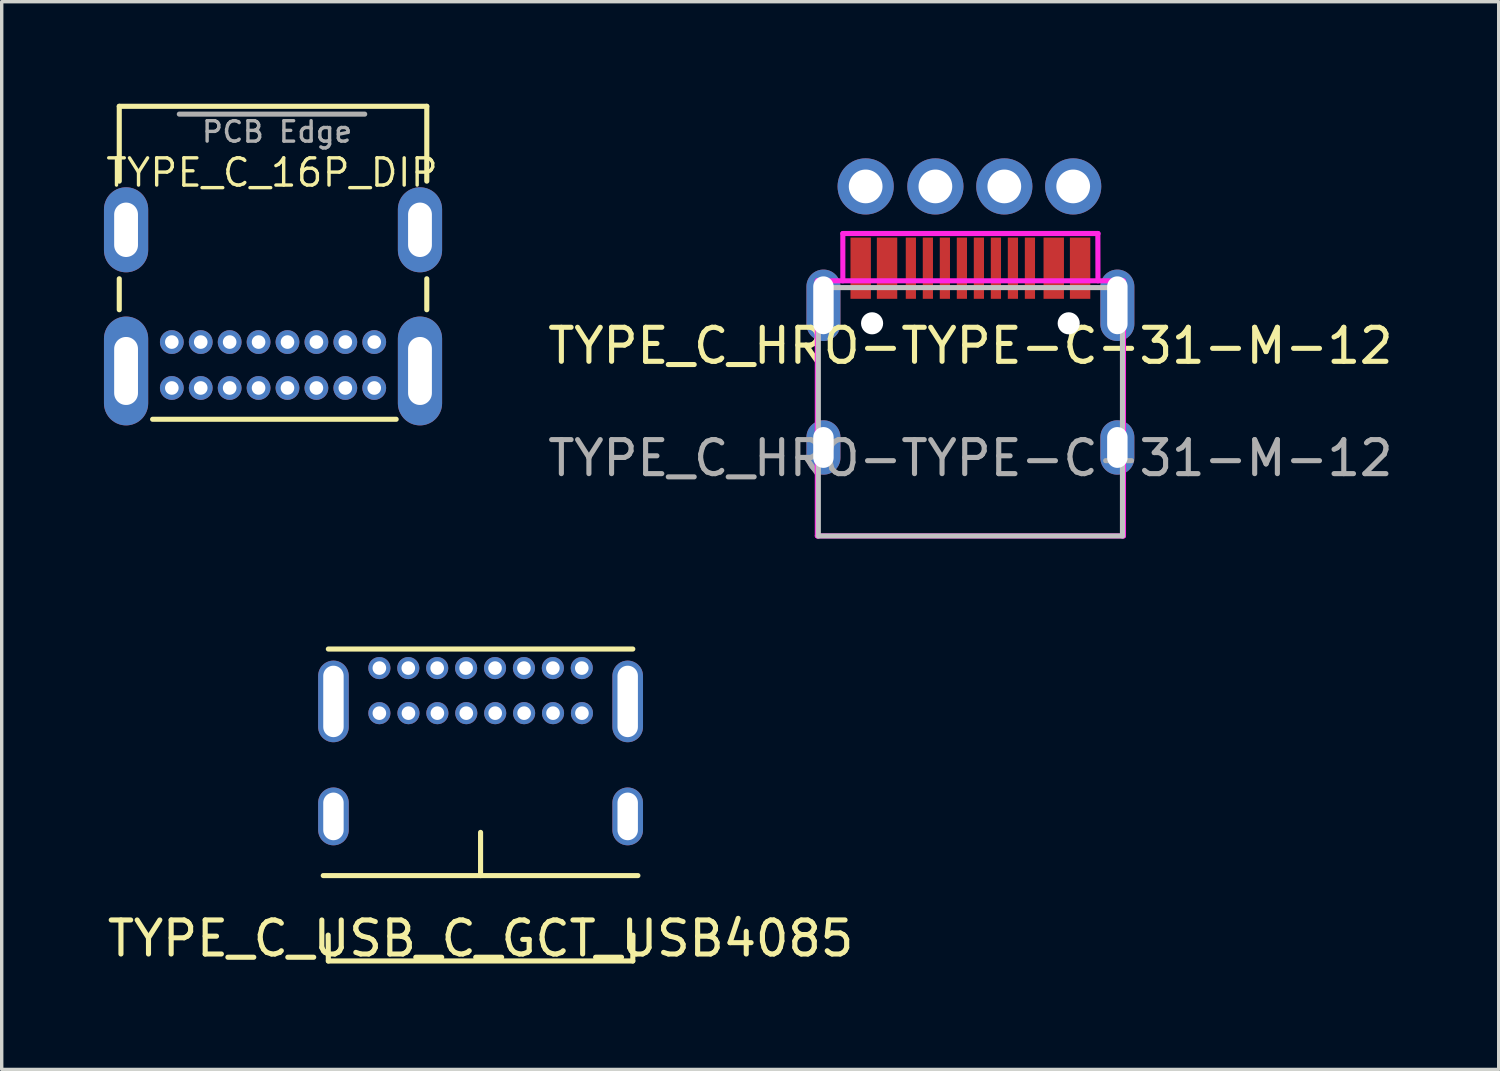
<source format=kicad_pcb>
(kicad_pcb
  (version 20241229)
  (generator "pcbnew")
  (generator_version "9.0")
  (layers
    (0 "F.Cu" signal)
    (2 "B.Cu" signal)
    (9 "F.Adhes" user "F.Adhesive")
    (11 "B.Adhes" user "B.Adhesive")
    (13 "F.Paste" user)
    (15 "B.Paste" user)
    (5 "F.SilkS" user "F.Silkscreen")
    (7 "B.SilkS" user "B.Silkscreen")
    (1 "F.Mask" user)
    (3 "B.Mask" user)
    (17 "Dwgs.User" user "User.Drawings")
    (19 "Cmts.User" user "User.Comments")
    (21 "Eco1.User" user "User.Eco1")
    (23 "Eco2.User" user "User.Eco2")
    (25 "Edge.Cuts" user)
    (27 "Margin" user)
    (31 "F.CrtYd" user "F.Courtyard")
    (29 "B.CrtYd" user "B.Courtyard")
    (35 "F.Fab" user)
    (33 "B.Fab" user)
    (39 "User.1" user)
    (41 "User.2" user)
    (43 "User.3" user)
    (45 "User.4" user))
  (footprint "TYPE_C_16P_DIP"
    (layer "F.Cu")
    (at 4.946 3.675)
    (property "Reference" "TYPE_C_16P_DIP" (at 0 -1.65 0) (layer "F.SilkS") (effects (font (size 0.8 0.8) (thickness 0.1))))
    (attr through_hole)
    (fp_line (start -4.49 -3.6) (end -4.49 -1.4) (stroke (width 0.15) (type solid)) (layer "F.SilkS"))
    (fp_line (start -4.49 1.47) (end -4.49 2.38) (stroke (width 0.15) (type solid)) (layer "F.SilkS"))
    (fp_line (start 3.65 5.6) (end -3.51 5.6) (stroke (width 0.15) (type solid)) (layer "F.SilkS"))
    (fp_line (start 4.55 -3.6) (end -4.49 -3.6) (stroke (width 0.15) (type solid)) (layer "F.SilkS"))
    (fp_line (start 4.55 -3.6) (end 4.55 -1.4) (stroke (width 0.15) (type solid)) (layer "F.SilkS"))
    (fp_line (start 4.55 1.47) (end 4.55 2.38) (stroke (width 0.15) (type solid)) (layer "F.SilkS"))
    (fp_line (start -2.725 -3.37) (end 2.725 -3.37) (stroke (width 0.15) (type solid)) (layer "F.Fab"))
    (fp_text user "PCB Edge" (at 0.15 -2.85 0) (layer "F.Fab") (effects (font (size 0.6 0.6) (thickness 0.1))))
    (pad "" thru_hole oval (at -4.29 0.03) (size 1.3 2.5) (drill oval 0.7 1.6) (layers "*.Cu" "*.Mask"))
    (pad "" thru_hole oval (at -4.29 4.18) (size 1.3 3.2) (drill oval 0.7 2) (layers "*.Cu" "*.Mask"))
    (pad "" thru_hole oval (at 4.35 0.03) (size 1.3 2.5) (drill oval 0.7 1.6) (layers "*.Cu" "*.Mask"))
    (pad "" thru_hole oval (at 4.35 4.18) (size 1.3 3.2) (drill oval 0.7 2) (layers "*.Cu" "*.Mask"))
    (pad "A1" thru_hole circle (at 3.005 4.68) (size 0.7 0.7) (drill 0.4) (layers "*.Cu" "*.Mask"))
    (pad "A4" thru_hole circle (at 2.155 4.68) (size 0.7 0.7) (drill 0.4) (layers "*.Cu" "*.Mask"))
    (pad "A5" thru_hole circle (at 1.305 4.68) (size 0.7 0.7) (drill 0.4) (layers "*.Cu" "*.Mask"))
    (pad "A6" thru_hole circle (at 0.455 4.68) (size 0.7 0.7) (drill 0.4) (layers "*.Cu" "*.Mask"))
    (pad "A7" thru_hole circle (at -0.395 4.68) (size 0.7 0.7) (drill 0.4) (layers "*.Cu" "*.Mask"))
    (pad "A8" thru_hole circle (at -1.245 4.68) (size 0.7 0.7) (drill 0.4) (layers "*.Cu" "*.Mask"))
    (pad "A9" thru_hole circle (at -2.095 4.68) (size 0.7 0.7) (drill 0.4) (layers "*.Cu" "*.Mask"))
    (pad "A12" thru_hole circle (at -2.945 4.68) (size 0.7 0.7) (drill 0.4) (layers "*.Cu" "*.Mask"))
    (pad "B1" thru_hole circle (at -2.945 3.33) (size 0.7 0.7) (drill 0.4) (layers "*.Cu" "*.Mask"))
    (pad "B4" thru_hole circle (at -2.095 3.33) (size 0.7 0.7) (drill 0.4) (layers "*.Cu" "*.Mask"))
    (pad "B5" thru_hole circle (at -1.245 3.33) (size 0.7 0.7) (drill 0.4) (layers "*.Cu" "*.Mask"))
    (pad "B6" thru_hole circle (at -0.395 3.33) (size 0.7 0.7) (drill 0.4) (layers "*.Cu" "*.Mask"))
    (pad "B7" thru_hole circle (at 0.455 3.33) (size 0.7 0.7) (drill 0.4) (layers "*.Cu" "*.Mask"))
    (pad "B8" thru_hole circle (at 1.305 3.33) (size 0.7 0.7) (drill 0.4) (layers "*.Cu" "*.Mask"))
    (pad "B9" thru_hole circle (at 2.155 3.33) (size 0.7 0.7) (drill 0.4) (layers "*.Cu" "*.Mask"))
    (pad "B12" thru_hole circle (at 3.005 3.33) (size 0.7 0.7) (drill 0.4) (layers "*.Cu" "*.Mask")))
  (footprint "TYPE_C_USB_C_GCT_USB4085"
    (layer "F.Cu")
    (at 11.077 22.689)
    (property "Reference" "TYPE_C_USB_C_GCT_USB4085" (at 0 1.85 0) (layer "F.SilkS") (effects (font (size 1 1) (thickness 0.15))))
    (attr through_hole)
    (fp_line (start -4.625 0) (end 4.625 0) (stroke (width 0.15) (type solid)) (layer "F.SilkS"))
    (fp_line (start -4.475 -6.66) (end 4.475 -6.66) (stroke (width 0.15) (type solid)) (layer "F.SilkS"))
    (fp_line (start -4.475 2.51) (end -4.48 1.75) (stroke (width 0.15) (type solid)) (layer "F.SilkS"))
    (fp_line (start -4.475 2.51) (end 4.475 2.51) (stroke (width 0.15) (type solid)) (layer "F.SilkS"))
    (fp_line (start 0 0) (end 0 -1.27) (stroke (width 0.15) (type solid)) (layer "F.SilkS"))
    (fp_line (start 4.48 1.75) (end 4.475 2.51) (stroke (width 0.15) (type solid)) (layer "F.SilkS"))
    (pad "A1" thru_hole circle (at -2.975 -6.1) (size 0.65 0.65) (drill 0.4) (layers "*.Cu" "*.Mask"))
    (pad "A4" thru_hole circle (at -2.125 -6.1) (size 0.65 0.65) (drill 0.4) (layers "*.Cu" "*.Mask"))
    (pad "A5" thru_hole circle (at -1.275 -6.1) (size 0.65 0.65) (drill 0.4) (layers "*.Cu" "*.Mask"))
    (pad "A6" thru_hole circle (at -0.425 -6.1) (size 0.65 0.65) (drill 0.4) (layers "*.Cu" "*.Mask"))
    (pad "A7" thru_hole circle (at 0.425 -6.1) (size 0.65 0.65) (drill 0.4) (layers "*.Cu" "*.Mask"))
    (pad "A8" thru_hole circle (at 1.275 -6.1) (size 0.65 0.65) (drill 0.4) (layers "*.Cu" "*.Mask"))
    (pad "A9" thru_hole circle (at 2.125 -6.1) (size 0.65 0.65) (drill 0.4) (layers "*.Cu" "*.Mask"))
    (pad "A12" thru_hole circle (at 2.975 -6.1) (size 0.65 0.65) (drill 0.4) (layers "*.Cu" "*.Mask"))
    (pad "B1" thru_hole circle (at 2.98 -4.775) (size 0.65 0.65) (drill 0.4) (layers "*.Cu" "*.Mask"))
    (pad "B4" thru_hole circle (at 2.13 -4.775) (size 0.65 0.65) (drill 0.4) (layers "*.Cu" "*.Mask"))
    (pad "B5" thru_hole circle (at 1.28 -4.775) (size 0.65 0.65) (drill 0.4) (layers "*.Cu" "*.Mask"))
    (pad "B6" thru_hole circle (at 0.43 -4.775) (size 0.65 0.65) (drill 0.4) (layers "*.Cu" "*.Mask"))
    (pad "B7" thru_hole circle (at -0.42 -4.775) (size 0.65 0.65) (drill 0.4) (layers "*.Cu" "*.Mask"))
    (pad "B8" thru_hole circle (at -1.27 -4.775) (size 0.65 0.65) (drill 0.4) (layers "*.Cu" "*.Mask"))
    (pad "B9" thru_hole circle (at -2.12 -4.775) (size 0.65 0.65) (drill 0.4) (layers "*.Cu" "*.Mask"))
    (pad "B12" thru_hole circle (at -2.975 -4.775) (size 0.65 0.65) (drill 0.4) (layers "*.Cu" "*.Mask"))
    (pad "S1" thru_hole oval (at -4.325 -5.12) (size 0.9 2.4) (drill oval 0.6 2.1) (layers "*.Cu" "*.Mask"))
    (pad "S1" thru_hole oval (at -4.325 -1.74) (size 0.9 1.7) (drill oval 0.6 1.4) (layers "*.Cu" "*.Mask"))
    (pad "S1" thru_hole oval (at 4.325 -5.12) (size 0.9 2.4) (drill oval 0.6 2.1) (layers "*.Cu" "*.Mask"))
    (pad "S1" thru_hole oval (at 4.325 -1.74) (size 0.9 1.7) (drill oval 0.6 1.4) (layers "*.Cu" "*.Mask")))
  (footprint "TYPE_C_HRO-TYPE-C-31-M-12"
    (layer "F.Cu")
    (at 25.476 12.704)
    (property "Reference" "TYPE_C_HRO-TYPE-C-31-M-12" (at 0 -5.588 0) (layer "F.SilkS") (effects (font (size 1 1) (thickness 0.15))))
    (attr smd)
    (fp_line (start -4.47 -7.3) (end 4.47 -7.3) (stroke (width 0.15) (type solid)) (layer "Dwgs.User"))
    (fp_line (start -4.47 0) (end -4.47 -7.3) (stroke (width 0.15) (type solid)) (layer "Dwgs.User"))
    (fp_line (start -4.47 0) (end 4.47 0) (stroke (width 0.15) (type solid)) (layer "Dwgs.User"))
    (fp_line (start 4.47 0) (end 4.47 -7.3) (stroke (width 0.15) (type solid)) (layer "Dwgs.User"))
    (fp_line (start -4.5 -7.5) (end 4.5 -7.5) (stroke (width 0.15) (type solid)) (layer "F.CrtYd"))
    (fp_line (start -4.5 0) (end -4.5 -7.5) (stroke (width 0.15) (type solid)) (layer "F.CrtYd"))
    (fp_line (start -3.75 -7.5) (end -3.75 -8.89) (stroke (width 0.15) (type solid)) (layer "F.CrtYd"))
    (fp_line (start -3.747 -8.89) (end 3.753 -8.89) (stroke (width 0.15) (type solid)) (layer "F.CrtYd"))
    (fp_line (start 3.747 -8.89) (end 3.75 -7.5) (stroke (width 0.15) (type solid)) (layer "F.CrtYd"))
    (fp_line (start 4.5 -7.5) (end 4.5 0) (stroke (width 0.15) (type solid)) (layer "F.CrtYd"))
    (fp_line (start 4.5 0) (end -4.5 0) (stroke (width 0.15) (type solid)) (layer "F.CrtYd"))
    (fp_text user "N" (at -1.029 -11.855 0) (layer "Eco2.User") (effects (font (size 1 1) (thickness 0.15))))
    (fp_text user "Top View" (at 0 -4.064 0) (layer "Eco2.User") (effects (font (size 1 1) (thickness 0.15))))
    (fp_text user "G" (at 3.022 -11.855 0) (layer "Eco2.User") (effects (font (size 1 1) (thickness 0.15))))
    (fp_text user "P" (at 0.997 -11.855 0) (layer "Eco2.User") (effects (font (size 1 1) (thickness 0.15))))
    (fp_text user "V" (at -3.079 -11.855 0) (layer "Eco2.User") (effects (font (size 1 1) (thickness 0.15))))
    (fp_text user "${REFERENCE}" (at 0 -2.286 0) (layer "F.Fab") (effects (font (size 1 1) (thickness 0.15))))
    (pad "" np_thru_hole circle (at -2.89 -6.25) (size 0.65 0.65) (drill 0.65) (layers "*.Cu" "*.Mask"))
    (pad "" np_thru_hole circle (at 2.89 -6.25) (size 0.65 0.65) (drill 0.65) (layers "*.Cu" "*.Mask"))
    (pad "1" smd rect (at -3.225 -7.87) (size 0.6 1.8) (layers "F.Cu" "F.Mask" "F.Paste"))
    (pad "2" thru_hole circle (at -3.079 -10.274) (size 1.651 1.651) (drill 0.991) (layers "*.Cu" "*.Mask"))
    (pad "2" smd rect (at -2.45 -7.87) (size 0.6 1.8) (layers "F.Cu" "F.Mask" "F.Paste"))
    (pad "3" smd rect (at -1.75 -7.87) (size 0.3 1.8) (layers "F.Cu" "F.Mask" "F.Paste"))
    (pad "4" smd rect (at -1.25 -7.87) (size 0.3 1.8) (layers "F.Cu" "F.Mask" "F.Paste"))
    (pad "5" thru_hole circle (at -1.029 -10.274) (size 1.651 1.651) (drill 0.991) (layers "*.Cu" "*.Mask"))
    (pad "5" smd custom (at -0.75 -7.87) (size 0.3 1.8) (layers "F.Cu" "F.Mask" "F.Paste") (options (anchor rect)) (primitives))
    (pad "6" smd rect (at -0.25 -7.87) (size 0.3 1.8) (layers "F.Cu" "F.Mask" "F.Paste"))
    (pad "7" smd rect (at 0.25 -7.87) (size 0.3 1.8) (layers "F.Cu" "F.Mask" "F.Paste"))
    (pad "8" smd rect (at 0.75 -7.87) (size 0.3 1.8) (layers "F.Cu" "F.Mask" "F.Paste"))
    (pad "8" thru_hole circle (at 0.997 -10.274) (size 1.651 1.651) (drill 0.991) (layers "*.Cu" "*.Mask"))
    (pad "9" smd rect (at 1.25 -7.87) (size 0.3 1.8) (layers "F.Cu" "F.Mask" "F.Paste"))
    (pad "10" smd rect (at 1.75 -7.87) (size 0.3 1.8) (layers "F.Cu" "F.Mask" "F.Paste"))
    (pad "11" smd rect (at 2.45 -7.87) (size 0.6 1.8) (layers "F.Cu" "F.Mask" "F.Paste"))
    (pad "12" thru_hole circle (at 3.022 -10.274) (size 1.651 1.651) (drill 0.991) (layers "*.Cu" "*.Mask"))
    (pad "12" smd rect (at 3.225 -7.87) (size 0.6 1.8) (layers "F.Cu" "F.Mask" "F.Paste"))
    (pad "13" thru_hole oval (at -4.32 -6.78) (size 1 2.1) (drill oval 0.6 1.7) (layers "*.Cu" "*.Mask"))
    (pad "13" thru_hole oval (at -4.32 -2.6) (size 1 1.6) (drill oval 0.6 1.2) (layers "*.Cu" "*.Mask"))
    (pad "13" thru_hole oval (at 4.32 -6.78) (size 1 2.1) (drill oval 0.6 1.7) (layers "*.Cu" "*.Mask"))
    (pad "13" thru_hole oval (at 4.32 -2.6) (size 1 1.6) (drill oval 0.6 1.2) (layers "*.Cu" "*.Mask")))
  (gr_rect
    (start -3 -3)
    (end 41.006 28.387)
    (stroke (width 0.1) (type default))
    (fill no)
    (layer "Edge.Cuts")))
</source>
